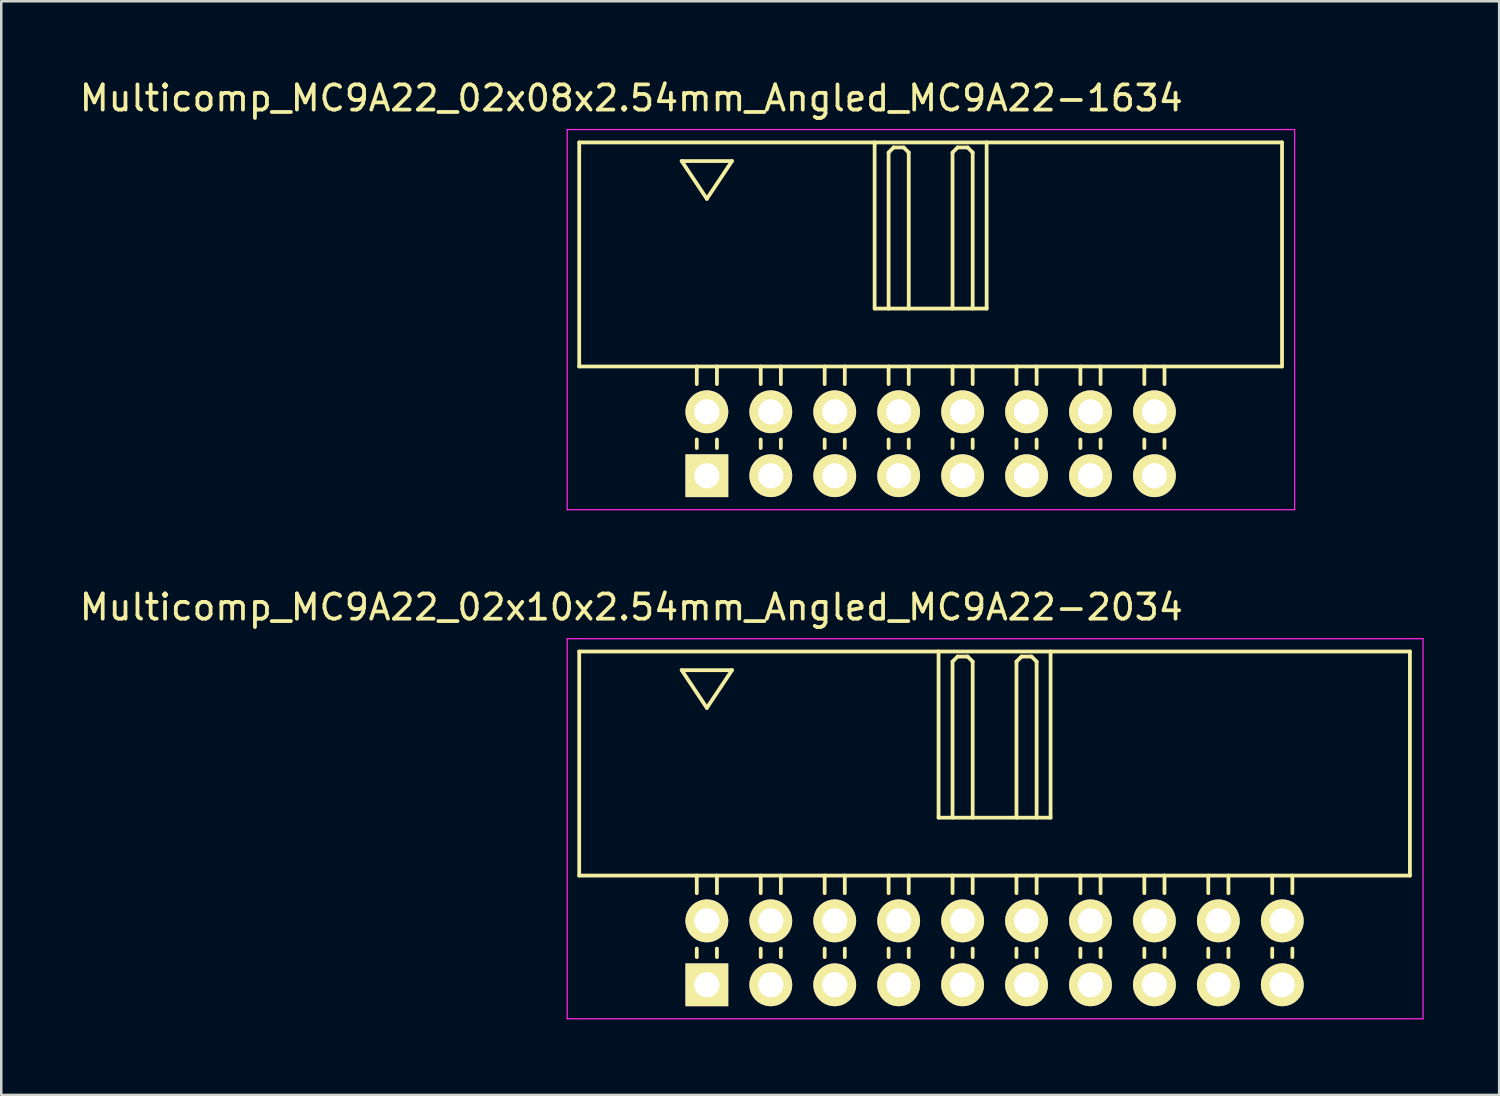
<source format=kicad_pcb>
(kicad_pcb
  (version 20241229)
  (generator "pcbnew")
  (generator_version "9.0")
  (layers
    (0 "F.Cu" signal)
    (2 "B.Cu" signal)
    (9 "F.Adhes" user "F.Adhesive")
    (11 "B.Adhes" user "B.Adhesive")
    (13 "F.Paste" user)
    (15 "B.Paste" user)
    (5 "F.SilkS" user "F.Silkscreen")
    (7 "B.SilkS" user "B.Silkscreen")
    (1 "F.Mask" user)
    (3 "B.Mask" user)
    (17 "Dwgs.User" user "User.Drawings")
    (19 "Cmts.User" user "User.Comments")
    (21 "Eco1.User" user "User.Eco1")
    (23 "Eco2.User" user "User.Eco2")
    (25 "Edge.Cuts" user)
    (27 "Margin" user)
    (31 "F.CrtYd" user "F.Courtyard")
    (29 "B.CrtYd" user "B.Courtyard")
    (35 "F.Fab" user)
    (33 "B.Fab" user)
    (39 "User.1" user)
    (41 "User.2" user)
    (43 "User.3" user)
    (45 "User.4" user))
  (footprint "Multicomp_MC9A22_02x08x2.54mm_Angled_MC9A22-1634"
    (layer "F.Cu")
    (at 25.03 15.848)
    (property "Reference" "Multicomp_MC9A22_02x08x2.54mm_Angled_MC9A22-1634" (at -3 -15 0) (layer "F.SilkS") (effects (font (size 1 1) (thickness 0.15))))
    (attr through_hole)
    (fp_line (start -5.07 -13.24) (end 22.85 -13.24) (stroke (width 0.15) (type solid)) (layer "F.SilkS"))
    (fp_line (start -5.07 -4.34) (end -5.07 -13.24) (stroke (width 0.15) (type solid)) (layer "F.SilkS"))
    (fp_line (start -1 -12.5) (end 1 -12.5) (stroke (width 0.15) (type solid)) (layer "F.SilkS"))
    (fp_line (start -0.4 -3.64) (end -0.4 -4.34) (stroke (width 0.15) (type solid)) (layer "F.SilkS"))
    (fp_line (start -0.4 -1.1) (end -0.4 -1.44) (stroke (width 0.15) (type solid)) (layer "F.SilkS"))
    (fp_line (start 0 -11) (end -1 -12.5) (stroke (width 0.15) (type solid)) (layer "F.SilkS"))
    (fp_line (start 0.4 -3.64) (end 0.4 -4.34) (stroke (width 0.15) (type solid)) (layer "F.SilkS"))
    (fp_line (start 0.4 -1.1) (end 0.4 -1.44) (stroke (width 0.15) (type solid)) (layer "F.SilkS"))
    (fp_line (start 1 -12.5) (end 0 -11) (stroke (width 0.15) (type solid)) (layer "F.SilkS"))
    (fp_line (start 2.14 -3.64) (end 2.14 -4.34) (stroke (width 0.15) (type solid)) (layer "F.SilkS"))
    (fp_line (start 2.14 -1.1) (end 2.14 -1.44) (stroke (width 0.15) (type solid)) (layer "F.SilkS"))
    (fp_line (start 2.94 -3.64) (end 2.94 -4.34) (stroke (width 0.15) (type solid)) (layer "F.SilkS"))
    (fp_line (start 2.94 -1.1) (end 2.94 -1.44) (stroke (width 0.15) (type solid)) (layer "F.SilkS"))
    (fp_line (start 4.68 -3.64) (end 4.68 -4.34) (stroke (width 0.15) (type solid)) (layer "F.SilkS"))
    (fp_line (start 4.68 -1.1) (end 4.68 -1.44) (stroke (width 0.15) (type solid)) (layer "F.SilkS"))
    (fp_line (start 5.48 -3.64) (end 5.48 -4.34) (stroke (width 0.15) (type solid)) (layer "F.SilkS"))
    (fp_line (start 5.48 -1.1) (end 5.48 -1.44) (stroke (width 0.15) (type solid)) (layer "F.SilkS"))
    (fp_line (start 6.665 -13.24) (end 6.665 -6.64) (stroke (width 0.15) (type solid)) (layer "F.SilkS"))
    (fp_line (start 6.665 -6.64) (end 11.115 -6.64) (stroke (width 0.15) (type solid)) (layer "F.SilkS"))
    (fp_line (start 7.22 -12.84) (end 7.42 -13.04) (stroke (width 0.15) (type solid)) (layer "F.SilkS"))
    (fp_line (start 7.22 -6.64) (end 7.22 -12.84) (stroke (width 0.15) (type solid)) (layer "F.SilkS"))
    (fp_line (start 7.22 -3.64) (end 7.22 -4.34) (stroke (width 0.15) (type solid)) (layer "F.SilkS"))
    (fp_line (start 7.22 -1.1) (end 7.22 -1.44) (stroke (width 0.15) (type solid)) (layer "F.SilkS"))
    (fp_line (start 7.42 -13.04) (end 7.82 -13.04) (stroke (width 0.15) (type solid)) (layer "F.SilkS"))
    (fp_line (start 7.82 -13.04) (end 8.02 -12.84) (stroke (width 0.15) (type solid)) (layer "F.SilkS"))
    (fp_line (start 8.02 -12.84) (end 8.02 -6.64) (stroke (width 0.15) (type solid)) (layer "F.SilkS"))
    (fp_line (start 8.02 -3.64) (end 8.02 -4.34) (stroke (width 0.15) (type solid)) (layer "F.SilkS"))
    (fp_line (start 8.02 -1.1) (end 8.02 -1.44) (stroke (width 0.15) (type solid)) (layer "F.SilkS"))
    (fp_line (start 9.76 -12.84) (end 9.96 -13.04) (stroke (width 0.15) (type solid)) (layer "F.SilkS"))
    (fp_line (start 9.76 -6.64) (end 9.76 -12.84) (stroke (width 0.15) (type solid)) (layer "F.SilkS"))
    (fp_line (start 9.76 -3.64) (end 9.76 -4.34) (stroke (width 0.15) (type solid)) (layer "F.SilkS"))
    (fp_line (start 9.76 -1.1) (end 9.76 -1.44) (stroke (width 0.15) (type solid)) (layer "F.SilkS"))
    (fp_line (start 9.96 -13.04) (end 10.36 -13.04) (stroke (width 0.15) (type solid)) (layer "F.SilkS"))
    (fp_line (start 10.36 -13.04) (end 10.56 -12.84) (stroke (width 0.15) (type solid)) (layer "F.SilkS"))
    (fp_line (start 10.56 -12.84) (end 10.56 -6.64) (stroke (width 0.15) (type solid)) (layer "F.SilkS"))
    (fp_line (start 10.56 -3.64) (end 10.56 -4.34) (stroke (width 0.15) (type solid)) (layer "F.SilkS"))
    (fp_line (start 10.56 -1.1) (end 10.56 -1.44) (stroke (width 0.15) (type solid)) (layer "F.SilkS"))
    (fp_line (start 11.115 -6.64) (end 11.115 -13.24) (stroke (width 0.15) (type solid)) (layer "F.SilkS"))
    (fp_line (start 12.3 -3.64) (end 12.3 -4.34) (stroke (width 0.15) (type solid)) (layer "F.SilkS"))
    (fp_line (start 12.3 -1.1) (end 12.3 -1.44) (stroke (width 0.15) (type solid)) (layer "F.SilkS"))
    (fp_line (start 13.1 -3.64) (end 13.1 -4.34) (stroke (width 0.15) (type solid)) (layer "F.SilkS"))
    (fp_line (start 13.1 -1.1) (end 13.1 -1.44) (stroke (width 0.15) (type solid)) (layer "F.SilkS"))
    (fp_line (start 14.84 -3.64) (end 14.84 -4.34) (stroke (width 0.15) (type solid)) (layer "F.SilkS"))
    (fp_line (start 14.84 -1.1) (end 14.84 -1.44) (stroke (width 0.15) (type solid)) (layer "F.SilkS"))
    (fp_line (start 15.64 -3.64) (end 15.64 -4.34) (stroke (width 0.15) (type solid)) (layer "F.SilkS"))
    (fp_line (start 15.64 -1.1) (end 15.64 -1.44) (stroke (width 0.15) (type solid)) (layer "F.SilkS"))
    (fp_line (start 17.38 -3.64) (end 17.38 -4.34) (stroke (width 0.15) (type solid)) (layer "F.SilkS"))
    (fp_line (start 17.38 -1.1) (end 17.38 -1.44) (stroke (width 0.15) (type solid)) (layer "F.SilkS"))
    (fp_line (start 18.18 -3.64) (end 18.18 -4.34) (stroke (width 0.15) (type solid)) (layer "F.SilkS"))
    (fp_line (start 18.18 -1.1) (end 18.18 -1.44) (stroke (width 0.15) (type solid)) (layer "F.SilkS"))
    (fp_line (start 22.85 -13.24) (end 22.85 -4.34) (stroke (width 0.15) (type solid)) (layer "F.SilkS"))
    (fp_line (start 22.85 -4.34) (end -5.07 -4.34) (stroke (width 0.15) (type solid)) (layer "F.SilkS"))
    (fp_line (start -5.55 -13.75) (end 23.35 -13.75) (stroke (width 0.05) (type solid)) (layer "F.CrtYd"))
    (fp_line (start -5.55 1.35) (end -5.55 -13.75) (stroke (width 0.05) (type solid)) (layer "F.CrtYd"))
    (fp_line (start 23.35 -13.75) (end 23.35 1.35) (stroke (width 0.05) (type solid)) (layer "F.CrtYd"))
    (fp_line (start 23.35 1.35) (end -5.55 1.35) (stroke (width 0.05) (type solid)) (layer "F.CrtYd"))
    (pad "1" thru_hole rect (at 0 0) (size 1.7 1.7) (drill 1) (layers "*.Cu" "*.Mask" "F.SilkS"))
    (pad "2" thru_hole circle (at 0 -2.54) (size 1.7 1.7) (drill 1) (layers "*.Cu" "*.Mask" "F.SilkS"))
    (pad "3" thru_hole circle (at 2.54 0) (size 1.7 1.7) (drill 1) (layers "*.Cu" "*.Mask" "F.SilkS"))
    (pad "4" thru_hole circle (at 2.54 -2.54) (size 1.7 1.7) (drill 1) (layers "*.Cu" "*.Mask" "F.SilkS"))
    (pad "5" thru_hole circle (at 5.08 0) (size 1.7 1.7) (drill 1) (layers "*.Cu" "*.Mask" "F.SilkS"))
    (pad "6" thru_hole circle (at 5.08 -2.54) (size 1.7 1.7) (drill 1) (layers "*.Cu" "*.Mask" "F.SilkS"))
    (pad "7" thru_hole circle (at 7.62 0) (size 1.7 1.7) (drill 1) (layers "*.Cu" "*.Mask" "F.SilkS"))
    (pad "8" thru_hole circle (at 7.62 -2.54) (size 1.7 1.7) (drill 1) (layers "*.Cu" "*.Mask" "F.SilkS"))
    (pad "9" thru_hole circle (at 10.16 0) (size 1.7 1.7) (drill 1) (layers "*.Cu" "*.Mask" "F.SilkS"))
    (pad "10" thru_hole circle (at 10.16 -2.54) (size 1.7 1.7) (drill 1) (layers "*.Cu" "*.Mask" "F.SilkS"))
    (pad "11" thru_hole circle (at 12.7 0) (size 1.7 1.7) (drill 1) (layers "*.Cu" "*.Mask" "F.SilkS"))
    (pad "12" thru_hole circle (at 12.7 -2.54) (size 1.7 1.7) (drill 1) (layers "*.Cu" "*.Mask" "F.SilkS"))
    (pad "13" thru_hole circle (at 15.24 0) (size 1.7 1.7) (drill 1) (layers "*.Cu" "*.Mask" "F.SilkS"))
    (pad "14" thru_hole circle (at 15.24 -2.54) (size 1.7 1.7) (drill 1) (layers "*.Cu" "*.Mask" "F.SilkS"))
    (pad "15" thru_hole circle (at 17.78 0) (size 1.7 1.7) (drill 1) (layers "*.Cu" "*.Mask" "F.SilkS"))
    (pad "16" thru_hole circle (at 17.78 -2.54) (size 1.7 1.7) (drill 1) (layers "*.Cu" "*.Mask" "F.SilkS")))
  (footprint "Multicomp_MC9A22_02x10x2.54mm_Angled_MC9A22-2034"
    (layer "F.Cu")
    (at 25.03 36.072)
    (property "Reference" "Multicomp_MC9A22_02x10x2.54mm_Angled_MC9A22-2034" (at -3 -15 0) (layer "F.SilkS") (effects (font (size 1 1) (thickness 0.15))))
    (attr through_hole)
    (fp_line (start -5.07 -13.24) (end 27.93 -13.24) (stroke (width 0.15) (type solid)) (layer "F.SilkS"))
    (fp_line (start -5.07 -4.34) (end -5.07 -13.24) (stroke (width 0.15) (type solid)) (layer "F.SilkS"))
    (fp_line (start -1 -12.5) (end 1 -12.5) (stroke (width 0.15) (type solid)) (layer "F.SilkS"))
    (fp_line (start -0.4 -3.64) (end -0.4 -4.34) (stroke (width 0.15) (type solid)) (layer "F.SilkS"))
    (fp_line (start -0.4 -1.1) (end -0.4 -1.44) (stroke (width 0.15) (type solid)) (layer "F.SilkS"))
    (fp_line (start 0 -11) (end -1 -12.5) (stroke (width 0.15) (type solid)) (layer "F.SilkS"))
    (fp_line (start 0.4 -3.64) (end 0.4 -4.34) (stroke (width 0.15) (type solid)) (layer "F.SilkS"))
    (fp_line (start 0.4 -1.1) (end 0.4 -1.44) (stroke (width 0.15) (type solid)) (layer "F.SilkS"))
    (fp_line (start 1 -12.5) (end 0 -11) (stroke (width 0.15) (type solid)) (layer "F.SilkS"))
    (fp_line (start 2.14 -3.64) (end 2.14 -4.34) (stroke (width 0.15) (type solid)) (layer "F.SilkS"))
    (fp_line (start 2.14 -1.1) (end 2.14 -1.44) (stroke (width 0.15) (type solid)) (layer "F.SilkS"))
    (fp_line (start 2.94 -3.64) (end 2.94 -4.34) (stroke (width 0.15) (type solid)) (layer "F.SilkS"))
    (fp_line (start 2.94 -1.1) (end 2.94 -1.44) (stroke (width 0.15) (type solid)) (layer "F.SilkS"))
    (fp_line (start 4.68 -3.64) (end 4.68 -4.34) (stroke (width 0.15) (type solid)) (layer "F.SilkS"))
    (fp_line (start 4.68 -1.1) (end 4.68 -1.44) (stroke (width 0.15) (type solid)) (layer "F.SilkS"))
    (fp_line (start 5.48 -3.64) (end 5.48 -4.34) (stroke (width 0.15) (type solid)) (layer "F.SilkS"))
    (fp_line (start 5.48 -1.1) (end 5.48 -1.44) (stroke (width 0.15) (type solid)) (layer "F.SilkS"))
    (fp_line (start 7.22 -3.64) (end 7.22 -4.34) (stroke (width 0.15) (type solid)) (layer "F.SilkS"))
    (fp_line (start 7.22 -1.1) (end 7.22 -1.44) (stroke (width 0.15) (type solid)) (layer "F.SilkS"))
    (fp_line (start 8.02 -3.64) (end 8.02 -4.34) (stroke (width 0.15) (type solid)) (layer "F.SilkS"))
    (fp_line (start 8.02 -1.1) (end 8.02 -1.44) (stroke (width 0.15) (type solid)) (layer "F.SilkS"))
    (fp_line (start 9.205 -13.24) (end 9.205 -6.64) (stroke (width 0.15) (type solid)) (layer "F.SilkS"))
    (fp_line (start 9.205 -6.64) (end 13.655 -6.64) (stroke (width 0.15) (type solid)) (layer "F.SilkS"))
    (fp_line (start 9.76 -12.84) (end 9.96 -13.04) (stroke (width 0.15) (type solid)) (layer "F.SilkS"))
    (fp_line (start 9.76 -6.64) (end 9.76 -12.84) (stroke (width 0.15) (type solid)) (layer "F.SilkS"))
    (fp_line (start 9.76 -3.64) (end 9.76 -4.34) (stroke (width 0.15) (type solid)) (layer "F.SilkS"))
    (fp_line (start 9.76 -1.1) (end 9.76 -1.44) (stroke (width 0.15) (type solid)) (layer "F.SilkS"))
    (fp_line (start 9.96 -13.04) (end 10.36 -13.04) (stroke (width 0.15) (type solid)) (layer "F.SilkS"))
    (fp_line (start 10.36 -13.04) (end 10.56 -12.84) (stroke (width 0.15) (type solid)) (layer "F.SilkS"))
    (fp_line (start 10.56 -12.84) (end 10.56 -6.64) (stroke (width 0.15) (type solid)) (layer "F.SilkS"))
    (fp_line (start 10.56 -3.64) (end 10.56 -4.34) (stroke (width 0.15) (type solid)) (layer "F.SilkS"))
    (fp_line (start 10.56 -1.1) (end 10.56 -1.44) (stroke (width 0.15) (type solid)) (layer "F.SilkS"))
    (fp_line (start 12.3 -12.84) (end 12.5 -13.04) (stroke (width 0.15) (type solid)) (layer "F.SilkS"))
    (fp_line (start 12.3 -6.64) (end 12.3 -12.84) (stroke (width 0.15) (type solid)) (layer "F.SilkS"))
    (fp_line (start 12.3 -3.64) (end 12.3 -4.34) (stroke (width 0.15) (type solid)) (layer "F.SilkS"))
    (fp_line (start 12.3 -1.1) (end 12.3 -1.44) (stroke (width 0.15) (type solid)) (layer "F.SilkS"))
    (fp_line (start 12.5 -13.04) (end 12.9 -13.04) (stroke (width 0.15) (type solid)) (layer "F.SilkS"))
    (fp_line (start 12.9 -13.04) (end 13.1 -12.84) (stroke (width 0.15) (type solid)) (layer "F.SilkS"))
    (fp_line (start 13.1 -12.84) (end 13.1 -6.64) (stroke (width 0.15) (type solid)) (layer "F.SilkS"))
    (fp_line (start 13.1 -3.64) (end 13.1 -4.34) (stroke (width 0.15) (type solid)) (layer "F.SilkS"))
    (fp_line (start 13.1 -1.1) (end 13.1 -1.44) (stroke (width 0.15) (type solid)) (layer "F.SilkS"))
    (fp_line (start 13.655 -6.64) (end 13.655 -13.24) (stroke (width 0.15) (type solid)) (layer "F.SilkS"))
    (fp_line (start 14.84 -3.64) (end 14.84 -4.34) (stroke (width 0.15) (type solid)) (layer "F.SilkS"))
    (fp_line (start 14.84 -1.1) (end 14.84 -1.44) (stroke (width 0.15) (type solid)) (layer "F.SilkS"))
    (fp_line (start 15.64 -3.64) (end 15.64 -4.34) (stroke (width 0.15) (type solid)) (layer "F.SilkS"))
    (fp_line (start 15.64 -1.1) (end 15.64 -1.44) (stroke (width 0.15) (type solid)) (layer "F.SilkS"))
    (fp_line (start 17.38 -3.64) (end 17.38 -4.34) (stroke (width 0.15) (type solid)) (layer "F.SilkS"))
    (fp_line (start 17.38 -1.1) (end 17.38 -1.44) (stroke (width 0.15) (type solid)) (layer "F.SilkS"))
    (fp_line (start 18.18 -3.64) (end 18.18 -4.34) (stroke (width 0.15) (type solid)) (layer "F.SilkS"))
    (fp_line (start 18.18 -1.1) (end 18.18 -1.44) (stroke (width 0.15) (type solid)) (layer "F.SilkS"))
    (fp_line (start 19.92 -3.64) (end 19.92 -4.34) (stroke (width 0.15) (type solid)) (layer "F.SilkS"))
    (fp_line (start 19.92 -1.1) (end 19.92 -1.44) (stroke (width 0.15) (type solid)) (layer "F.SilkS"))
    (fp_line (start 20.72 -3.64) (end 20.72 -4.34) (stroke (width 0.15) (type solid)) (layer "F.SilkS"))
    (fp_line (start 20.72 -1.1) (end 20.72 -1.44) (stroke (width 0.15) (type solid)) (layer "F.SilkS"))
    (fp_line (start 22.46 -3.64) (end 22.46 -4.34) (stroke (width 0.15) (type solid)) (layer "F.SilkS"))
    (fp_line (start 22.46 -1.1) (end 22.46 -1.44) (stroke (width 0.15) (type solid)) (layer "F.SilkS"))
    (fp_line (start 23.26 -3.64) (end 23.26 -4.34) (stroke (width 0.15) (type solid)) (layer "F.SilkS"))
    (fp_line (start 23.26 -1.1) (end 23.26 -1.44) (stroke (width 0.15) (type solid)) (layer "F.SilkS"))
    (fp_line (start 27.93 -13.24) (end 27.93 -4.34) (stroke (width 0.15) (type solid)) (layer "F.SilkS"))
    (fp_line (start 27.93 -4.34) (end -5.07 -4.34) (stroke (width 0.15) (type solid)) (layer "F.SilkS"))
    (fp_line (start -5.55 -13.75) (end 28.45 -13.75) (stroke (width 0.05) (type solid)) (layer "F.CrtYd"))
    (fp_line (start -5.55 1.35) (end -5.55 -13.75) (stroke (width 0.05) (type solid)) (layer "F.CrtYd"))
    (fp_line (start 28.45 -13.75) (end 28.45 1.35) (stroke (width 0.05) (type solid)) (layer "F.CrtYd"))
    (fp_line (start 28.45 1.35) (end -5.55 1.35) (stroke (width 0.05) (type solid)) (layer "F.CrtYd"))
    (pad "1" thru_hole rect (at 0 0) (size 1.7 1.7) (drill 1) (layers "*.Cu" "*.Mask" "F.SilkS"))
    (pad "2" thru_hole circle (at 0 -2.54) (size 1.7 1.7) (drill 1) (layers "*.Cu" "*.Mask" "F.SilkS"))
    (pad "3" thru_hole circle (at 2.54 0) (size 1.7 1.7) (drill 1) (layers "*.Cu" "*.Mask" "F.SilkS"))
    (pad "4" thru_hole circle (at 2.54 -2.54) (size 1.7 1.7) (drill 1) (layers "*.Cu" "*.Mask" "F.SilkS"))
    (pad "5" thru_hole circle (at 5.08 0) (size 1.7 1.7) (drill 1) (layers "*.Cu" "*.Mask" "F.SilkS"))
    (pad "6" thru_hole circle (at 5.08 -2.54) (size 1.7 1.7) (drill 1) (layers "*.Cu" "*.Mask" "F.SilkS"))
    (pad "7" thru_hole circle (at 7.62 0) (size 1.7 1.7) (drill 1) (layers "*.Cu" "*.Mask" "F.SilkS"))
    (pad "8" thru_hole circle (at 7.62 -2.54) (size 1.7 1.7) (drill 1) (layers "*.Cu" "*.Mask" "F.SilkS"))
    (pad "9" thru_hole circle (at 10.16 0) (size 1.7 1.7) (drill 1) (layers "*.Cu" "*.Mask" "F.SilkS"))
    (pad "10" thru_hole circle (at 10.16 -2.54) (size 1.7 1.7) (drill 1) (layers "*.Cu" "*.Mask" "F.SilkS"))
    (pad "11" thru_hole circle (at 12.7 0) (size 1.7 1.7) (drill 1) (layers "*.Cu" "*.Mask" "F.SilkS"))
    (pad "12" thru_hole circle (at 12.7 -2.54) (size 1.7 1.7) (drill 1) (layers "*.Cu" "*.Mask" "F.SilkS"))
    (pad "13" thru_hole circle (at 15.24 0) (size 1.7 1.7) (drill 1) (layers "*.Cu" "*.Mask" "F.SilkS"))
    (pad "14" thru_hole circle (at 15.24 -2.54) (size 1.7 1.7) (drill 1) (layers "*.Cu" "*.Mask" "F.SilkS"))
    (pad "15" thru_hole circle (at 17.78 0) (size 1.7 1.7) (drill 1) (layers "*.Cu" "*.Mask" "F.SilkS"))
    (pad "16" thru_hole circle (at 17.78 -2.54) (size 1.7 1.7) (drill 1) (layers "*.Cu" "*.Mask" "F.SilkS"))
    (pad "17" thru_hole circle (at 20.32 0) (size 1.7 1.7) (drill 1) (layers "*.Cu" "*.Mask" "F.SilkS"))
    (pad "18" thru_hole circle (at 20.32 -2.54) (size 1.7 1.7) (drill 1) (layers "*.Cu" "*.Mask" "F.SilkS"))
    (pad "19" thru_hole circle (at 22.86 0) (size 1.7 1.7) (drill 1) (layers "*.Cu" "*.Mask" "F.SilkS"))
    (pad "20" thru_hole circle (at 22.86 -2.54) (size 1.7 1.7) (drill 1) (layers "*.Cu" "*.Mask" "F.SilkS")))
  (gr_rect
    (start -3 -3)
    (end 56.505 40.447)
    (stroke (width 0.1) (type default))
    (fill no)
    (layer "Edge.Cuts")))
</source>
